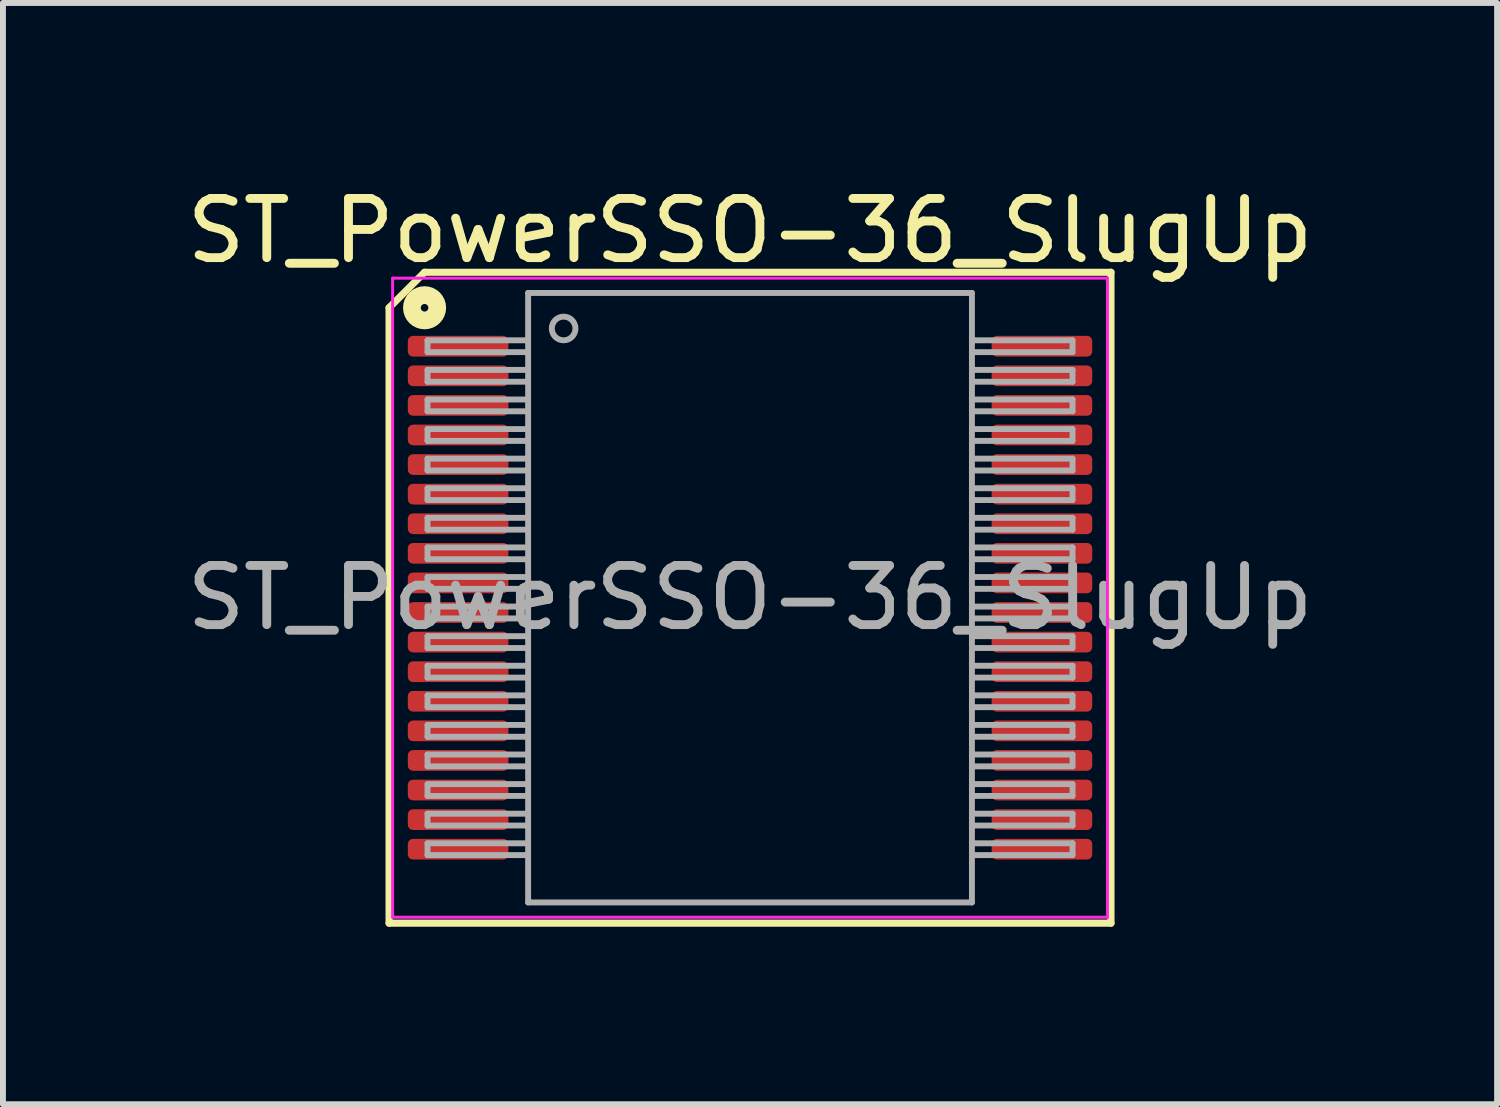
<source format=kicad_pcb>
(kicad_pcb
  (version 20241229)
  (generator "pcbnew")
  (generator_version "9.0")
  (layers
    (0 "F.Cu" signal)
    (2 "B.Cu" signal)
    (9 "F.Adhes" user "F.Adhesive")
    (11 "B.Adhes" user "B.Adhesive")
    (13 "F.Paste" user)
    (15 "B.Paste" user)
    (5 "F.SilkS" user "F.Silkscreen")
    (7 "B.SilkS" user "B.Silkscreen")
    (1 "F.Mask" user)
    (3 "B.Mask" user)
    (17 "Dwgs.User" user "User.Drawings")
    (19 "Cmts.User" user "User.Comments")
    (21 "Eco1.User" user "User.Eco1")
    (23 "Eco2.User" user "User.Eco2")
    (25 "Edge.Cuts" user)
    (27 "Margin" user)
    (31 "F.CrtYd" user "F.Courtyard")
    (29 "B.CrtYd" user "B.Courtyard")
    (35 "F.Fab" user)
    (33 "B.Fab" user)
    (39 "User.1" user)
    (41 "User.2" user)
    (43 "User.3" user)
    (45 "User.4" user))
  (footprint "ST_PowerSSO-36_SlugUp"
    (layer "F.Cu")
    (at 9.625 7.051)
    (property "Reference" "ST_PowerSSO-36_SlugUp" (at 0 -6.202 0) (layer "F.SilkS") (effects (font (size 1 1) (thickness 0.15))))
    (attr smd)
    (fp_line (start -6.1 -4.9) (end -6.1 5.5) (stroke (width 0.12) (type solid)) (layer "F.SilkS"))
    (fp_line (start -6.1 -4.9) (end -5.5 -5.5) (stroke (width 0.12) (type solid)) (layer "F.SilkS"))
    (fp_line (start -6.1 5.5) (end 6.1 5.5) (stroke (width 0.12) (type solid)) (layer "F.SilkS"))
    (fp_line (start 6.1 -5.5) (end -5.5 -5.5) (stroke (width 0.12) (type solid)) (layer "F.SilkS"))
    (fp_line (start 6.1 5.5) (end 6.1 -5.5) (stroke (width 0.12) (type solid)) (layer "F.SilkS"))
    (fp_circle (center -5.5 -4.9) (end -5.436 -4.9) (stroke (width 0.3) (type solid)) (fill no) (layer "F.SilkS"))
    (fp_line (start -6.04 -5.4) (end -6.04 5.4) (stroke (width 0.05) (type solid)) (layer "F.CrtYd"))
    (fp_line (start -6.04 -5.4) (end 6.04 -5.4) (stroke (width 0.05) (type solid)) (layer "F.CrtYd"))
    (fp_line (start 6.04 5.4) (end -6.04 5.4) (stroke (width 0.05) (type solid)) (layer "F.CrtYd"))
    (fp_line (start 6.04 5.4) (end 6.04 -5.4) (stroke (width 0.05) (type solid)) (layer "F.CrtYd"))
    (fp_line (start -5.45 -4.35) (end -5.45 -4.15) (stroke (width 0.1) (type solid)) (layer "F.Fab"))
    (fp_line (start -5.45 -4.35) (end -3.75 -4.35) (stroke (width 0.1) (type solid)) (layer "F.Fab"))
    (fp_line (start -5.45 -4.15) (end -3.75 -4.15) (stroke (width 0.1) (type solid)) (layer "F.Fab"))
    (fp_line (start -5.45 -3.85) (end -5.45 -3.65) (stroke (width 0.1) (type solid)) (layer "F.Fab"))
    (fp_line (start -5.45 -3.85) (end -3.75 -3.85) (stroke (width 0.1) (type solid)) (layer "F.Fab"))
    (fp_line (start -5.45 -3.65) (end -3.75 -3.65) (stroke (width 0.1) (type solid)) (layer "F.Fab"))
    (fp_line (start -5.45 -3.35) (end -5.45 -3.15) (stroke (width 0.1) (type solid)) (layer "F.Fab"))
    (fp_line (start -5.45 -3.35) (end -3.75 -3.35) (stroke (width 0.1) (type solid)) (layer "F.Fab"))
    (fp_line (start -5.45 -3.15) (end -3.75 -3.15) (stroke (width 0.1) (type solid)) (layer "F.Fab"))
    (fp_line (start -5.45 -2.85) (end -5.45 -2.65) (stroke (width 0.1) (type solid)) (layer "F.Fab"))
    (fp_line (start -5.45 -2.85) (end -3.75 -2.85) (stroke (width 0.1) (type solid)) (layer "F.Fab"))
    (fp_line (start -5.45 -2.65) (end -3.75 -2.65) (stroke (width 0.1) (type solid)) (layer "F.Fab"))
    (fp_line (start -5.45 -2.35) (end -5.45 -2.15) (stroke (width 0.1) (type solid)) (layer "F.Fab"))
    (fp_line (start -5.45 -2.35) (end -3.75 -2.35) (stroke (width 0.1) (type solid)) (layer "F.Fab"))
    (fp_line (start -5.45 -2.15) (end -3.75 -2.15) (stroke (width 0.1) (type solid)) (layer "F.Fab"))
    (fp_line (start -5.45 -1.85) (end -5.45 -1.65) (stroke (width 0.1) (type solid)) (layer "F.Fab"))
    (fp_line (start -5.45 -1.85) (end -3.75 -1.85) (stroke (width 0.1) (type solid)) (layer "F.Fab"))
    (fp_line (start -5.45 -1.65) (end -3.75 -1.65) (stroke (width 0.1) (type solid)) (layer "F.Fab"))
    (fp_line (start -5.45 -1.35) (end -5.45 -1.15) (stroke (width 0.1) (type solid)) (layer "F.Fab"))
    (fp_line (start -5.45 -1.35) (end -3.75 -1.35) (stroke (width 0.1) (type solid)) (layer "F.Fab"))
    (fp_line (start -5.45 -1.15) (end -3.75 -1.15) (stroke (width 0.1) (type solid)) (layer "F.Fab"))
    (fp_line (start -5.45 -0.85) (end -5.45 -0.65) (stroke (width 0.1) (type solid)) (layer "F.Fab"))
    (fp_line (start -5.45 -0.85) (end -3.75 -0.85) (stroke (width 0.1) (type solid)) (layer "F.Fab"))
    (fp_line (start -5.45 -0.65) (end -3.75 -0.65) (stroke (width 0.1) (type solid)) (layer "F.Fab"))
    (fp_line (start -5.45 -0.35) (end -5.45 -0.15) (stroke (width 0.1) (type solid)) (layer "F.Fab"))
    (fp_line (start -5.45 -0.35) (end -3.75 -0.35) (stroke (width 0.1) (type solid)) (layer "F.Fab"))
    (fp_line (start -5.45 -0.15) (end -3.75 -0.15) (stroke (width 0.1) (type solid)) (layer "F.Fab"))
    (fp_line (start -5.45 0.15) (end -5.45 0.35) (stroke (width 0.1) (type solid)) (layer "F.Fab"))
    (fp_line (start -5.45 0.15) (end -3.75 0.15) (stroke (width 0.1) (type solid)) (layer "F.Fab"))
    (fp_line (start -5.45 0.35) (end -3.75 0.35) (stroke (width 0.1) (type solid)) (layer "F.Fab"))
    (fp_line (start -5.45 0.65) (end -5.45 0.85) (stroke (width 0.1) (type solid)) (layer "F.Fab"))
    (fp_line (start -5.45 0.65) (end -3.75 0.65) (stroke (width 0.1) (type solid)) (layer "F.Fab"))
    (fp_line (start -5.45 0.85) (end -3.75 0.85) (stroke (width 0.1) (type solid)) (layer "F.Fab"))
    (fp_line (start -5.45 1.15) (end -5.45 1.35) (stroke (width 0.1) (type solid)) (layer "F.Fab"))
    (fp_line (start -5.45 1.15) (end -3.75 1.15) (stroke (width 0.1) (type solid)) (layer "F.Fab"))
    (fp_line (start -5.45 1.35) (end -3.75 1.35) (stroke (width 0.1) (type solid)) (layer "F.Fab"))
    (fp_line (start -5.45 1.65) (end -5.45 1.85) (stroke (width 0.1) (type solid)) (layer "F.Fab"))
    (fp_line (start -5.45 1.65) (end -3.75 1.65) (stroke (width 0.1) (type solid)) (layer "F.Fab"))
    (fp_line (start -5.45 1.85) (end -3.75 1.85) (stroke (width 0.1) (type solid)) (layer "F.Fab"))
    (fp_line (start -5.45 2.15) (end -5.45 2.35) (stroke (width 0.1) (type solid)) (layer "F.Fab"))
    (fp_line (start -5.45 2.15) (end -3.75 2.15) (stroke (width 0.1) (type solid)) (layer "F.Fab"))
    (fp_line (start -5.45 2.35) (end -3.75 2.35) (stroke (width 0.1) (type solid)) (layer "F.Fab"))
    (fp_line (start -5.45 2.65) (end -5.45 2.85) (stroke (width 0.1) (type solid)) (layer "F.Fab"))
    (fp_line (start -5.45 2.65) (end -3.75 2.65) (stroke (width 0.1) (type solid)) (layer "F.Fab"))
    (fp_line (start -5.45 2.85) (end -3.75 2.85) (stroke (width 0.1) (type solid)) (layer "F.Fab"))
    (fp_line (start -5.45 3.15) (end -5.45 3.35) (stroke (width 0.1) (type solid)) (layer "F.Fab"))
    (fp_line (start -5.45 3.15) (end -3.75 3.15) (stroke (width 0.1) (type solid)) (layer "F.Fab"))
    (fp_line (start -5.45 3.35) (end -3.75 3.35) (stroke (width 0.1) (type solid)) (layer "F.Fab"))
    (fp_line (start -5.45 3.65) (end -5.45 3.85) (stroke (width 0.1) (type solid)) (layer "F.Fab"))
    (fp_line (start -5.45 3.65) (end -3.75 3.65) (stroke (width 0.1) (type solid)) (layer "F.Fab"))
    (fp_line (start -5.45 3.85) (end -3.75 3.85) (stroke (width 0.1) (type solid)) (layer "F.Fab"))
    (fp_line (start -5.45 4.15) (end -5.45 4.35) (stroke (width 0.1) (type solid)) (layer "F.Fab"))
    (fp_line (start -5.45 4.15) (end -3.75 4.15) (stroke (width 0.1) (type solid)) (layer "F.Fab"))
    (fp_line (start -5.45 4.35) (end -3.75 4.35) (stroke (width 0.1) (type solid)) (layer "F.Fab"))
    (fp_line (start -3.75 -5.15) (end -3.75 5.15) (stroke (width 0.1) (type solid)) (layer "F.Fab"))
    (fp_line (start -3.75 5.15) (end 3.75 5.15) (stroke (width 0.1) (type solid)) (layer "F.Fab"))
    (fp_line (start 3.75 -5.15) (end -3.75 -5.15) (stroke (width 0.1) (type solid)) (layer "F.Fab"))
    (fp_line (start 3.75 5.15) (end 3.75 -5.15) (stroke (width 0.1) (type solid)) (layer "F.Fab"))
    (fp_line (start 5.45 -4.35) (end 3.75 -4.35) (stroke (width 0.1) (type solid)) (layer "F.Fab"))
    (fp_line (start 5.45 -4.15) (end 3.75 -4.15) (stroke (width 0.1) (type solid)) (layer "F.Fab"))
    (fp_line (start 5.45 -4.15) (end 5.45 -4.35) (stroke (width 0.1) (type solid)) (layer "F.Fab"))
    (fp_line (start 5.45 -3.85) (end 3.75 -3.85) (stroke (width 0.1) (type solid)) (layer "F.Fab"))
    (fp_line (start 5.45 -3.65) (end 3.75 -3.65) (stroke (width 0.1) (type solid)) (layer "F.Fab"))
    (fp_line (start 5.45 -3.65) (end 5.45 -3.85) (stroke (width 0.1) (type solid)) (layer "F.Fab"))
    (fp_line (start 5.45 -3.35) (end 3.75 -3.35) (stroke (width 0.1) (type solid)) (layer "F.Fab"))
    (fp_line (start 5.45 -3.15) (end 3.75 -3.15) (stroke (width 0.1) (type solid)) (layer "F.Fab"))
    (fp_line (start 5.45 -3.15) (end 5.45 -3.35) (stroke (width 0.1) (type solid)) (layer "F.Fab"))
    (fp_line (start 5.45 -2.85) (end 3.75 -2.85) (stroke (width 0.1) (type solid)) (layer "F.Fab"))
    (fp_line (start 5.45 -2.65) (end 3.75 -2.65) (stroke (width 0.1) (type solid)) (layer "F.Fab"))
    (fp_line (start 5.45 -2.65) (end 5.45 -2.85) (stroke (width 0.1) (type solid)) (layer "F.Fab"))
    (fp_line (start 5.45 -2.35) (end 3.75 -2.35) (stroke (width 0.1) (type solid)) (layer "F.Fab"))
    (fp_line (start 5.45 -2.15) (end 3.75 -2.15) (stroke (width 0.1) (type solid)) (layer "F.Fab"))
    (fp_line (start 5.45 -2.15) (end 5.45 -2.35) (stroke (width 0.1) (type solid)) (layer "F.Fab"))
    (fp_line (start 5.45 -1.85) (end 3.75 -1.85) (stroke (width 0.1) (type solid)) (layer "F.Fab"))
    (fp_line (start 5.45 -1.65) (end 3.75 -1.65) (stroke (width 0.1) (type solid)) (layer "F.Fab"))
    (fp_line (start 5.45 -1.65) (end 5.45 -1.85) (stroke (width 0.1) (type solid)) (layer "F.Fab"))
    (fp_line (start 5.45 -1.35) (end 3.75 -1.35) (stroke (width 0.1) (type solid)) (layer "F.Fab"))
    (fp_line (start 5.45 -1.15) (end 3.75 -1.15) (stroke (width 0.1) (type solid)) (layer "F.Fab"))
    (fp_line (start 5.45 -1.15) (end 5.45 -1.35) (stroke (width 0.1) (type solid)) (layer "F.Fab"))
    (fp_line (start 5.45 -0.85) (end 3.75 -0.85) (stroke (width 0.1) (type solid)) (layer "F.Fab"))
    (fp_line (start 5.45 -0.65) (end 3.75 -0.65) (stroke (width 0.1) (type solid)) (layer "F.Fab"))
    (fp_line (start 5.45 -0.65) (end 5.45 -0.85) (stroke (width 0.1) (type solid)) (layer "F.Fab"))
    (fp_line (start 5.45 -0.35) (end 3.75 -0.35) (stroke (width 0.1) (type solid)) (layer "F.Fab"))
    (fp_line (start 5.45 -0.15) (end 3.75 -0.15) (stroke (width 0.1) (type solid)) (layer "F.Fab"))
    (fp_line (start 5.45 -0.15) (end 5.45 -0.35) (stroke (width 0.1) (type solid)) (layer "F.Fab"))
    (fp_line (start 5.45 0.15) (end 3.75 0.15) (stroke (width 0.1) (type solid)) (layer "F.Fab"))
    (fp_line (start 5.45 0.35) (end 3.75 0.35) (stroke (width 0.1) (type solid)) (layer "F.Fab"))
    (fp_line (start 5.45 0.35) (end 5.45 0.15) (stroke (width 0.1) (type solid)) (layer "F.Fab"))
    (fp_line (start 5.45 0.65) (end 3.75 0.65) (stroke (width 0.1) (type solid)) (layer "F.Fab"))
    (fp_line (start 5.45 0.85) (end 3.75 0.85) (stroke (width 0.1) (type solid)) (layer "F.Fab"))
    (fp_line (start 5.45 0.85) (end 5.45 0.65) (stroke (width 0.1) (type solid)) (layer "F.Fab"))
    (fp_line (start 5.45 1.15) (end 3.75 1.15) (stroke (width 0.1) (type solid)) (layer "F.Fab"))
    (fp_line (start 5.45 1.35) (end 3.75 1.35) (stroke (width 0.1) (type solid)) (layer "F.Fab"))
    (fp_line (start 5.45 1.35) (end 5.45 1.15) (stroke (width 0.1) (type solid)) (layer "F.Fab"))
    (fp_line (start 5.45 1.65) (end 3.75 1.65) (stroke (width 0.1) (type solid)) (layer "F.Fab"))
    (fp_line (start 5.45 1.85) (end 3.75 1.85) (stroke (width 0.1) (type solid)) (layer "F.Fab"))
    (fp_line (start 5.45 1.85) (end 5.45 1.65) (stroke (width 0.1) (type solid)) (layer "F.Fab"))
    (fp_line (start 5.45 2.15) (end 3.75 2.15) (stroke (width 0.1) (type solid)) (layer "F.Fab"))
    (fp_line (start 5.45 2.35) (end 3.75 2.35) (stroke (width 0.1) (type solid)) (layer "F.Fab"))
    (fp_line (start 5.45 2.35) (end 5.45 2.15) (stroke (width 0.1) (type solid)) (layer "F.Fab"))
    (fp_line (start 5.45 2.65) (end 3.75 2.65) (stroke (width 0.1) (type solid)) (layer "F.Fab"))
    (fp_line (start 5.45 2.85) (end 3.75 2.85) (stroke (width 0.1) (type solid)) (layer "F.Fab"))
    (fp_line (start 5.45 2.85) (end 5.45 2.65) (stroke (width 0.1) (type solid)) (layer "F.Fab"))
    (fp_line (start 5.45 3.15) (end 3.75 3.15) (stroke (width 0.1) (type solid)) (layer "F.Fab"))
    (fp_line (start 5.45 3.35) (end 3.75 3.35) (stroke (width 0.1) (type solid)) (layer "F.Fab"))
    (fp_line (start 5.45 3.35) (end 5.45 3.15) (stroke (width 0.1) (type solid)) (layer "F.Fab"))
    (fp_line (start 5.45 3.65) (end 3.75 3.65) (stroke (width 0.1) (type solid)) (layer "F.Fab"))
    (fp_line (start 5.45 3.85) (end 3.75 3.85) (stroke (width 0.1) (type solid)) (layer "F.Fab"))
    (fp_line (start 5.45 3.85) (end 5.45 3.65) (stroke (width 0.1) (type solid)) (layer "F.Fab"))
    (fp_line (start 5.45 4.15) (end 3.75 4.15) (stroke (width 0.1) (type solid)) (layer "F.Fab"))
    (fp_line (start 5.45 4.35) (end 3.75 4.35) (stroke (width 0.1) (type solid)) (layer "F.Fab"))
    (fp_line (start 5.45 4.35) (end 5.45 4.15) (stroke (width 0.1) (type solid)) (layer "F.Fab"))
    (fp_circle (center -3.15 -4.55) (end -2.95 -4.55) (stroke (width 0.1) (type solid)) (fill no) (layer "F.Fab"))
    (fp_text user "${REFERENCE}" (at 0 0 0) (layer "F.Fab") (effects (font (size 1 1) (thickness 0.15))))
    (pad "1" smd roundrect (at -4.933 -4.25) (size 1.7 0.35) (layers "F.Cu" "F.Mask" "F.Paste") (roundrect_rratio 0.25))
    (pad "2" smd roundrect (at -4.933 -3.75) (size 1.7 0.35) (layers "F.Cu" "F.Mask" "F.Paste") (roundrect_rratio 0.25))
    (pad "3" smd roundrect (at -4.933 -3.25) (size 1.7 0.35) (layers "F.Cu" "F.Mask" "F.Paste") (roundrect_rratio 0.25))
    (pad "4" smd roundrect (at -4.933 -2.75) (size 1.7 0.35) (layers "F.Cu" "F.Mask" "F.Paste") (roundrect_rratio 0.25))
    (pad "5" smd roundrect (at -4.933 -2.25) (size 1.7 0.35) (layers "F.Cu" "F.Mask" "F.Paste") (roundrect_rratio 0.25))
    (pad "6" smd roundrect (at -4.933 -1.75) (size 1.7 0.35) (layers "F.Cu" "F.Mask" "F.Paste") (roundrect_rratio 0.25))
    (pad "7" smd roundrect (at -4.933 -1.25) (size 1.7 0.35) (layers "F.Cu" "F.Mask" "F.Paste") (roundrect_rratio 0.25))
    (pad "8" smd roundrect (at -4.933 -0.75) (size 1.7 0.35) (layers "F.Cu" "F.Mask" "F.Paste") (roundrect_rratio 0.25))
    (pad "9" smd roundrect (at -4.933 -0.25) (size 1.7 0.35) (layers "F.Cu" "F.Mask" "F.Paste") (roundrect_rratio 0.25))
    (pad "10" smd roundrect (at -4.933 0.25) (size 1.7 0.35) (layers "F.Cu" "F.Mask" "F.Paste") (roundrect_rratio 0.25))
    (pad "11" smd roundrect (at -4.933 0.75) (size 1.7 0.35) (layers "F.Cu" "F.Mask" "F.Paste") (roundrect_rratio 0.25))
    (pad "12" smd roundrect (at -4.933 1.25) (size 1.7 0.35) (layers "F.Cu" "F.Mask" "F.Paste") (roundrect_rratio 0.25))
    (pad "13" smd roundrect (at -4.933 1.75) (size 1.7 0.35) (layers "F.Cu" "F.Mask" "F.Paste") (roundrect_rratio 0.25))
    (pad "14" smd roundrect (at -4.933 2.25) (size 1.7 0.35) (layers "F.Cu" "F.Mask" "F.Paste") (roundrect_rratio 0.25))
    (pad "15" smd roundrect (at -4.933 2.75) (size 1.7 0.35) (layers "F.Cu" "F.Mask" "F.Paste") (roundrect_rratio 0.25))
    (pad "16" smd roundrect (at -4.933 3.25) (size 1.7 0.35) (layers "F.Cu" "F.Mask" "F.Paste") (roundrect_rratio 0.25))
    (pad "17" smd roundrect (at -4.933 3.75) (size 1.7 0.35) (layers "F.Cu" "F.Mask" "F.Paste") (roundrect_rratio 0.25))
    (pad "18" smd roundrect (at -4.933 4.25) (size 1.7 0.35) (layers "F.Cu" "F.Mask" "F.Paste") (roundrect_rratio 0.25))
    (pad "19" smd roundrect (at 4.933 4.25) (size 1.7 0.35) (layers "F.Cu" "F.Mask" "F.Paste") (roundrect_rratio 0.25))
    (pad "20" smd roundrect (at 4.933 3.75) (size 1.7 0.35) (layers "F.Cu" "F.Mask" "F.Paste") (roundrect_rratio 0.25))
    (pad "21" smd roundrect (at 4.933 3.25) (size 1.7 0.35) (layers "F.Cu" "F.Mask" "F.Paste") (roundrect_rratio 0.25))
    (pad "22" smd roundrect (at 4.933 2.75) (size 1.7 0.35) (layers "F.Cu" "F.Mask" "F.Paste") (roundrect_rratio 0.25))
    (pad "23" smd roundrect (at 4.933 2.25) (size 1.7 0.35) (layers "F.Cu" "F.Mask" "F.Paste") (roundrect_rratio 0.25))
    (pad "24" smd roundrect (at 4.933 1.75) (size 1.7 0.35) (layers "F.Cu" "F.Mask" "F.Paste") (roundrect_rratio 0.25))
    (pad "25" smd roundrect (at 4.933 1.25) (size 1.7 0.35) (layers "F.Cu" "F.Mask" "F.Paste") (roundrect_rratio 0.25))
    (pad "26" smd roundrect (at 4.933 0.75) (size 1.7 0.35) (layers "F.Cu" "F.Mask" "F.Paste") (roundrect_rratio 0.25))
    (pad "27" smd roundrect (at 4.933 0.25) (size 1.7 0.35) (layers "F.Cu" "F.Mask" "F.Paste") (roundrect_rratio 0.25))
    (pad "28" smd roundrect (at 4.933 -0.25) (size 1.7 0.35) (layers "F.Cu" "F.Mask" "F.Paste") (roundrect_rratio 0.25))
    (pad "29" smd roundrect (at 4.933 -0.75) (size 1.7 0.35) (layers "F.Cu" "F.Mask" "F.Paste") (roundrect_rratio 0.25))
    (pad "30" smd roundrect (at 4.933 -1.25) (size 1.7 0.35) (layers "F.Cu" "F.Mask" "F.Paste") (roundrect_rratio 0.25))
    (pad "31" smd roundrect (at 4.933 -1.75) (size 1.7 0.35) (layers "F.Cu" "F.Mask" "F.Paste") (roundrect_rratio 0.25))
    (pad "32" smd roundrect (at 4.933 -2.25) (size 1.7 0.35) (layers "F.Cu" "F.Mask" "F.Paste") (roundrect_rratio 0.25))
    (pad "33" smd roundrect (at 4.933 -2.75) (size 1.7 0.35) (layers "F.Cu" "F.Mask" "F.Paste") (roundrect_rratio 0.25))
    (pad "34" smd roundrect (at 4.933 -3.25) (size 1.7 0.35) (layers "F.Cu" "F.Mask" "F.Paste") (roundrect_rratio 0.25))
    (pad "35" smd roundrect (at 4.933 -3.75) (size 1.7 0.35) (layers "F.Cu" "F.Mask" "F.Paste") (roundrect_rratio 0.25))
    (pad "36" smd roundrect (at 4.933 -4.25) (size 1.7 0.35) (layers "F.Cu" "F.Mask" "F.Paste") (roundrect_rratio 0.25)))
  (gr_rect
    (start -3 -3)
    (end 22.25 15.611)
    (stroke (width 0.1) (type default))
    (fill no)
    (layer "Edge.Cuts")))
</source>
